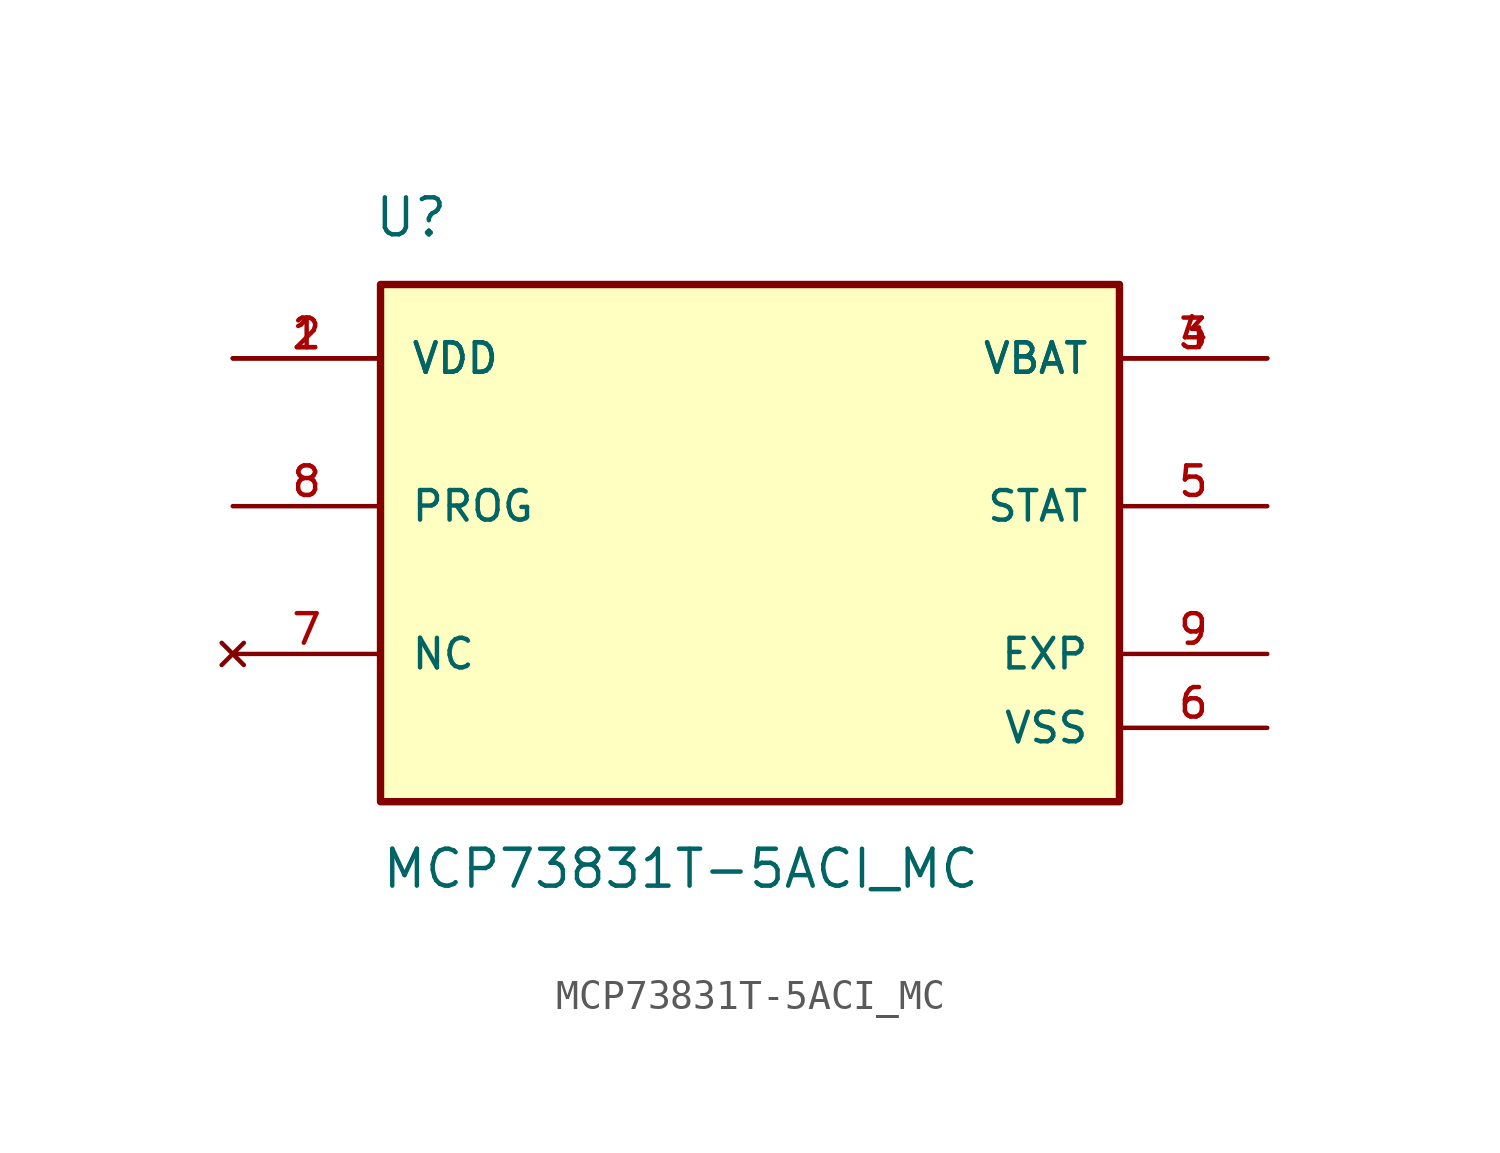
<source format=kicad_sym>
(kicad_symbol_lib
  (version 20211014)
  (generator kicad_symbol_editor)
  (symbol "MCP73831T-5ACI_MC"
    (pin_names
      (offset 1.016))
    (property "Reference" "U"
      (at -12.954 10.668 0)
      (effects (font (size 1.27 1.27)) (justify top left)))
    (property "Value" "MCP73831T-5ACI_MC"
      (at -12.7 -13.208 0)
      (effects (font (size 1.27 1.27)) (justify bottom left)))
    (symbol "MCP73831T-5ACI_MC_0_0"
      (rectangle (start -12.7 -10.16) (end 12.7 7.62) (stroke (width 0.254)) (fill (type background)))
      (pin input line (at -17.78 5.08 0) (length 5.08) (name "VDD" (effects (font (size 1.016 1.016)))) (number "1" (effects (font (size 1.016 1.016)))))
      (pin input line (at -17.78 5.08 0) (length 5.08) (name "VDD" (effects (font (size 1.016 1.016)))) (number "2" (effects (font (size 1.016 1.016)))))
      (pin output line (at 17.78 0.0 180.0) (length 5.08) (name "STAT" (effects (font (size 1.016 1.016)))) (number "5" (effects (font (size 1.016 1.016)))))
      (pin output line (at 17.78 5.08 180.0) (length 5.08) (name "VBAT" (effects (font (size 1.016 1.016)))) (number "3" (effects (font (size 1.016 1.016)))))
      (pin output line (at 17.78 5.08 180.0) (length 5.08) (name "VBAT" (effects (font (size 1.016 1.016)))) (number "4" (effects (font (size 1.016 1.016)))))
      (pin input line (at -17.78 0.0 0) (length 5.08) (name "PROG" (effects (font (size 1.016 1.016)))) (number "8" (effects (font (size 1.016 1.016)))))
      (pin power_in line (at 17.78 -7.62 180.0) (length 5.08) (name "VSS" (effects (font (size 1.016 1.016)))) (number "6" (effects (font (size 1.016 1.016)))))
      (pin power_in line (at 17.78 -5.08 180.0) (length 5.08) (name "EXP" (effects (font (size 1.016 1.016)))) (number "9" (effects (font (size 1.016 1.016)))))
      (pin no_connect line (at -17.78 -5.08 0) (length 5.08) (name "NC" (effects (font (size 1.016 1.016)))) (number "7" (effects (font (size 1.016 1.016))))))))
</source>
